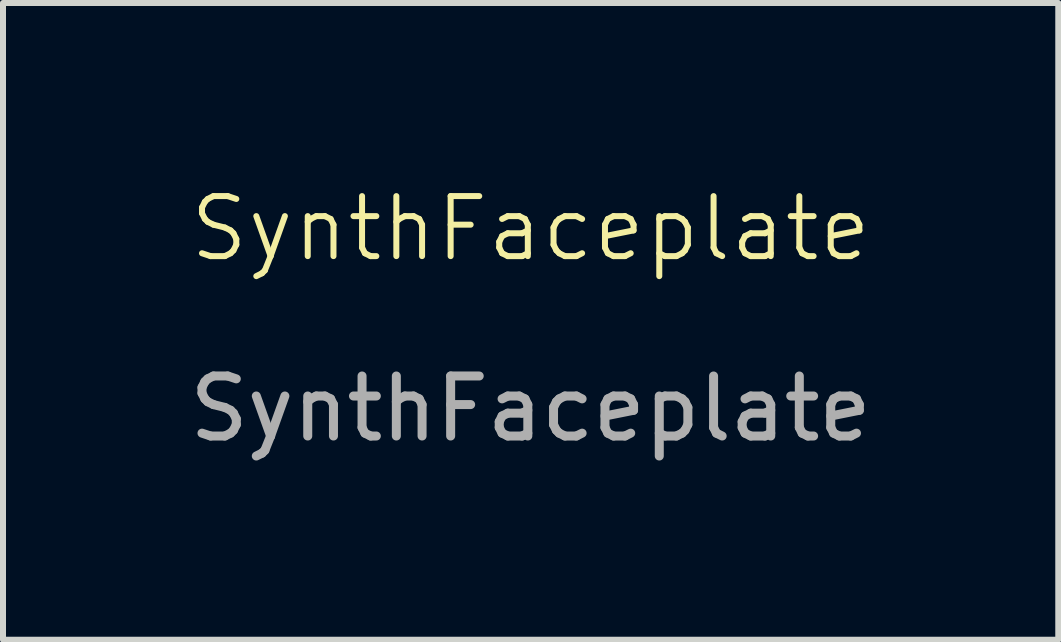
<source format=kicad_pcb>
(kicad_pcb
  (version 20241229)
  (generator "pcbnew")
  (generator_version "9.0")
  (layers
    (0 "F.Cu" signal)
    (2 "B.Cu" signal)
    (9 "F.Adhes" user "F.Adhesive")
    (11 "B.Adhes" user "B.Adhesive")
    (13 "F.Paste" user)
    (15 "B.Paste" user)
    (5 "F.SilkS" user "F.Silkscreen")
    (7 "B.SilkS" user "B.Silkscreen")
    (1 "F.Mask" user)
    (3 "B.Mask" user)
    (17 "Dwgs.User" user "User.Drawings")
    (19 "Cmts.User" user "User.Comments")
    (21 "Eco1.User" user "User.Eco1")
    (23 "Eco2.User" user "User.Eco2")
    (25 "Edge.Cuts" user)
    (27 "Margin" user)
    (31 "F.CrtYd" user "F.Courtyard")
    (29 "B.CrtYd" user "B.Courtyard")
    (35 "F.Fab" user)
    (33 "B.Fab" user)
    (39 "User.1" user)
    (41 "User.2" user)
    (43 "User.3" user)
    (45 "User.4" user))
  (footprint "SynthFaceplate"
    (layer "F.Cu")
    (at 5.792 1.26)
    (property "Reference" "SynthFaceplate" (at 0 -0.5 0) (unlocked yes) (layer "F.SilkS") (effects (font (size 1 1) (thickness 0.1))))
    (attr smd)
    (fp_text user "${REFERENCE}" (at 0 2.5 0) (unlocked yes) (layer "F.Fab") (effects (font (size 1 1) (thickness 0.15)))))
  (gr_rect
    (start -3 -3)
    (end 14.583 7.609)
    (stroke (width 0.1) (type default))
    (fill no)
    (layer "Edge.Cuts")))
</source>
